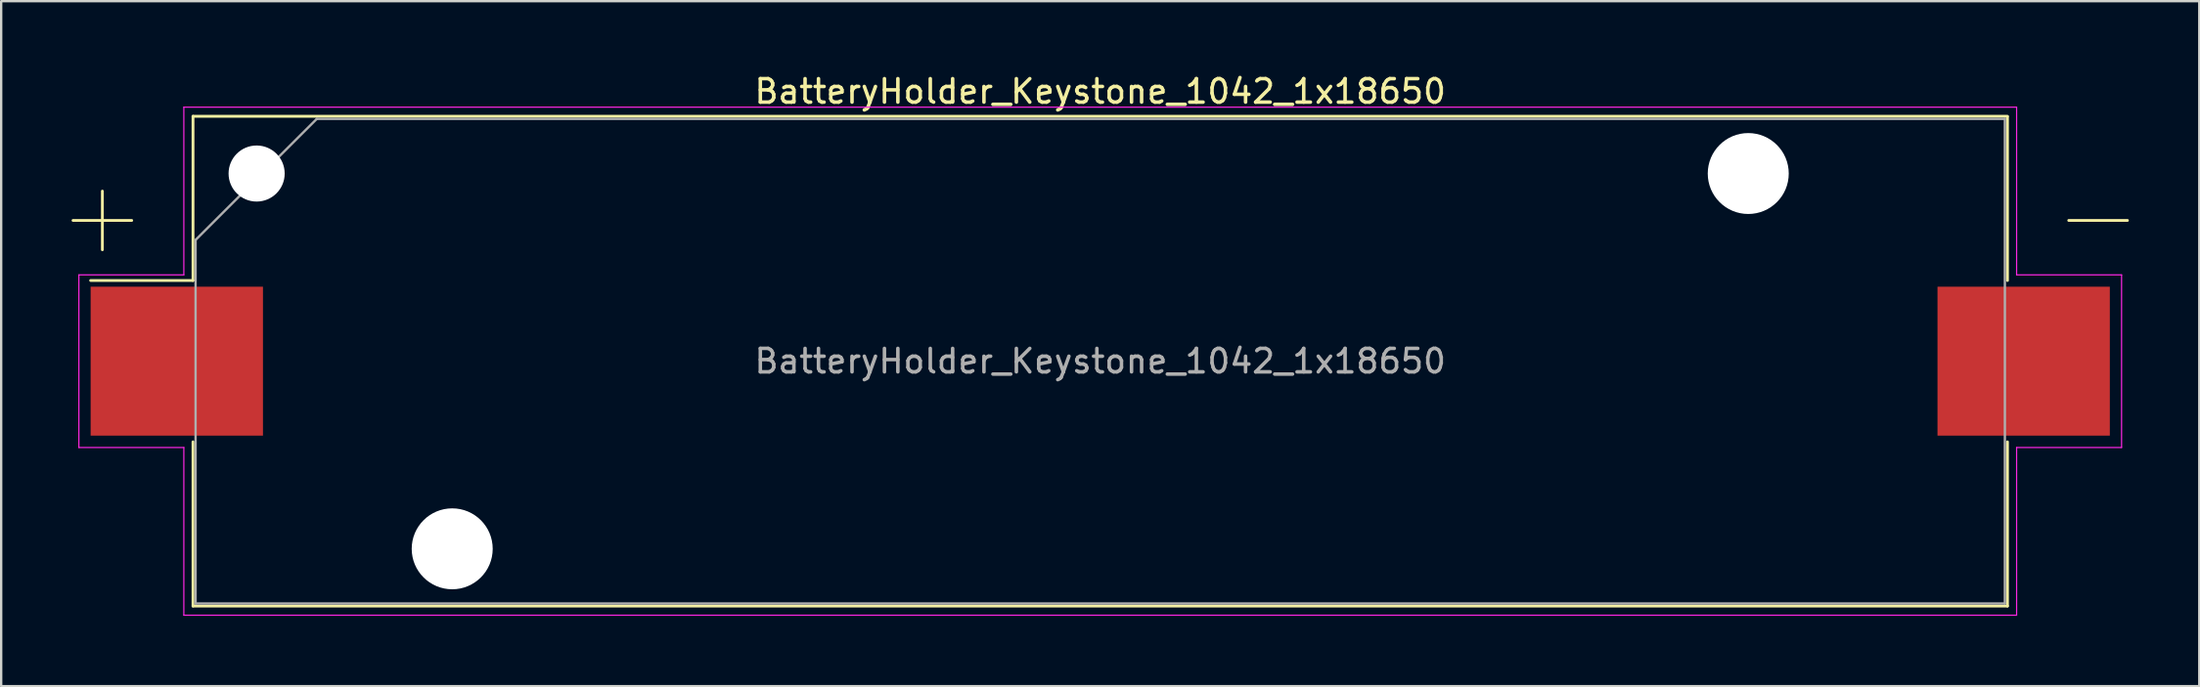
<source format=kicad_pcb>
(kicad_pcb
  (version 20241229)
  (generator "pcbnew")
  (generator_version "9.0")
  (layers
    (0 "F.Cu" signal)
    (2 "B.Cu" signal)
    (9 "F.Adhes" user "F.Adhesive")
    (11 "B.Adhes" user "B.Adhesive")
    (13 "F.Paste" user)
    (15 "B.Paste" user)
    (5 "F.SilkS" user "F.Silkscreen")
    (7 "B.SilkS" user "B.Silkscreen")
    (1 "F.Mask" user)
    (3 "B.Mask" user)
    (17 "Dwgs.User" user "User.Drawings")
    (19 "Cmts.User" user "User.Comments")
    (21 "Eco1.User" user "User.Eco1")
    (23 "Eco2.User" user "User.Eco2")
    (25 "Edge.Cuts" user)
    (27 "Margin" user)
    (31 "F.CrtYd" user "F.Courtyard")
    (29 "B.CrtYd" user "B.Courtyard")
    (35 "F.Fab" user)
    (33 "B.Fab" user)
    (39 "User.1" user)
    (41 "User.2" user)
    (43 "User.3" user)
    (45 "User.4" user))
  (footprint "BatteryHolder_Keystone_1042_1x18650"
    (layer "F.Cu")
    (at 43.81 12.348)
    (property "Reference" "BatteryHolder_Keystone_1042_1x18650" (at 0 -11.5 0) (layer "F.SilkS") (effects (font (size 1 1) (thickness 0.15))))
    (attr smd)
    (fp_line (start -43.75 -6) (end -41.25 -6) (stroke (width 0.12) (type solid)) (layer "F.SilkS"))
    (fp_line (start -42.5 -4.75) (end -42.5 -7.25) (stroke (width 0.12) (type solid)) (layer "F.SilkS"))
    (fp_line (start -38.64 -10.44) (end -38.64 -3.44) (stroke (width 0.12) (type solid)) (layer "F.SilkS"))
    (fp_line (start -38.64 -3.44) (end -43 -3.44) (stroke (width 0.12) (type solid)) (layer "F.SilkS"))
    (fp_line (start -38.64 10.44) (end -38.64 3.44) (stroke (width 0.12) (type solid)) (layer "F.SilkS"))
    (fp_line (start 38.64 -10.44) (end -38.64 -10.44) (stroke (width 0.12) (type solid)) (layer "F.SilkS"))
    (fp_line (start 38.64 -3.44) (end 38.64 -10.42) (stroke (width 0.12) (type solid)) (layer "F.SilkS"))
    (fp_line (start 38.64 3.44) (end 38.64 10.44) (stroke (width 0.12) (type solid)) (layer "F.SilkS"))
    (fp_line (start 38.64 10.44) (end -38.64 10.44) (stroke (width 0.12) (type solid)) (layer "F.SilkS"))
    (fp_line (start 43.75 -6) (end 41.25 -6) (stroke (width 0.12) (type solid)) (layer "F.SilkS"))
    (fp_line (start -43.5 -3.68) (end -39.03 -3.68) (stroke (width 0.05) (type solid)) (layer "F.CrtYd"))
    (fp_line (start -43.5 3.68) (end -43.5 -3.68) (stroke (width 0.05) (type solid)) (layer "F.CrtYd"))
    (fp_line (start -39.03 -10.83) (end -39.03 -3.68) (stroke (width 0.05) (type solid)) (layer "F.CrtYd"))
    (fp_line (start -39.03 -10.83) (end 39.03 -10.83) (stroke (width 0.05) (type solid)) (layer "F.CrtYd"))
    (fp_line (start -39.03 3.68) (end -43.5 3.68) (stroke (width 0.05) (type solid)) (layer "F.CrtYd"))
    (fp_line (start -39.03 10.83) (end -39.03 3.68) (stroke (width 0.05) (type solid)) (layer "F.CrtYd"))
    (fp_line (start -39.03 10.83) (end 39.03 10.83) (stroke (width 0.05) (type solid)) (layer "F.CrtYd"))
    (fp_line (start 39.03 -10.83) (end 39.03 -3.68) (stroke (width 0.05) (type solid)) (layer "F.CrtYd"))
    (fp_line (start 39.03 3.68) (end 43.5 3.68) (stroke (width 0.05) (type solid)) (layer "F.CrtYd"))
    (fp_line (start 39.03 10.83) (end 39.03 3.68) (stroke (width 0.05) (type solid)) (layer "F.CrtYd"))
    (fp_line (start 43.5 -3.68) (end 39.03 -3.68) (stroke (width 0.05) (type solid)) (layer "F.CrtYd"))
    (fp_line (start 43.5 3.68) (end 43.5 -3.68) (stroke (width 0.05) (type solid)) (layer "F.CrtYd"))
    (fp_line (start -38.53 -5.168) (end -38.53 10.33) (stroke (width 0.1) (type solid)) (layer "F.Fab"))
    (fp_line (start -38.53 10.33) (end 38.53 10.33) (stroke (width 0.1) (type solid)) (layer "F.Fab"))
    (fp_line (start -33.367 -10.33) (end -38.53 -5.168) (stroke (width 0.1) (type solid)) (layer "F.Fab"))
    (fp_line (start -33.367 -10.33) (end 38.53 -10.33) (stroke (width 0.1) (type solid)) (layer "F.Fab"))
    (fp_line (start 38.53 -10.33) (end 38.53 10.33) (stroke (width 0.1) (type solid)) (layer "F.Fab"))
    (fp_text user "${REFERENCE}" (at 0 0 0) (layer "F.Fab") (effects (font (size 1 1) (thickness 0.15))))
    (pad "" np_thru_hole circle (at -35.93 -8) (size 2.39 2.39) (drill 2.39) (layers "*.Cu" "*.Mask"))
    (pad "" np_thru_hole circle (at -27.6 8) (size 3.45 3.45) (drill 3.45) (layers "*.Cu" "*.Mask"))
    (pad "" np_thru_hole circle (at 27.6 -8) (size 3.45 3.45) (drill 3.45) (layers "*.Cu" "*.Mask"))
    (pad "1" smd rect (at -39.33 0) (size 7.34 6.35) (layers "F.Cu" "F.Mask" "F.Paste"))
    (pad "2" smd rect (at 39.33 0) (size 7.34 6.35) (layers "F.Cu" "F.Mask" "F.Paste")))
  (gr_rect
    (start -3 -3)
    (end 90.62 26.203)
    (stroke (width 0.1) (type default))
    (fill no)
    (layer "Edge.Cuts")))
</source>
